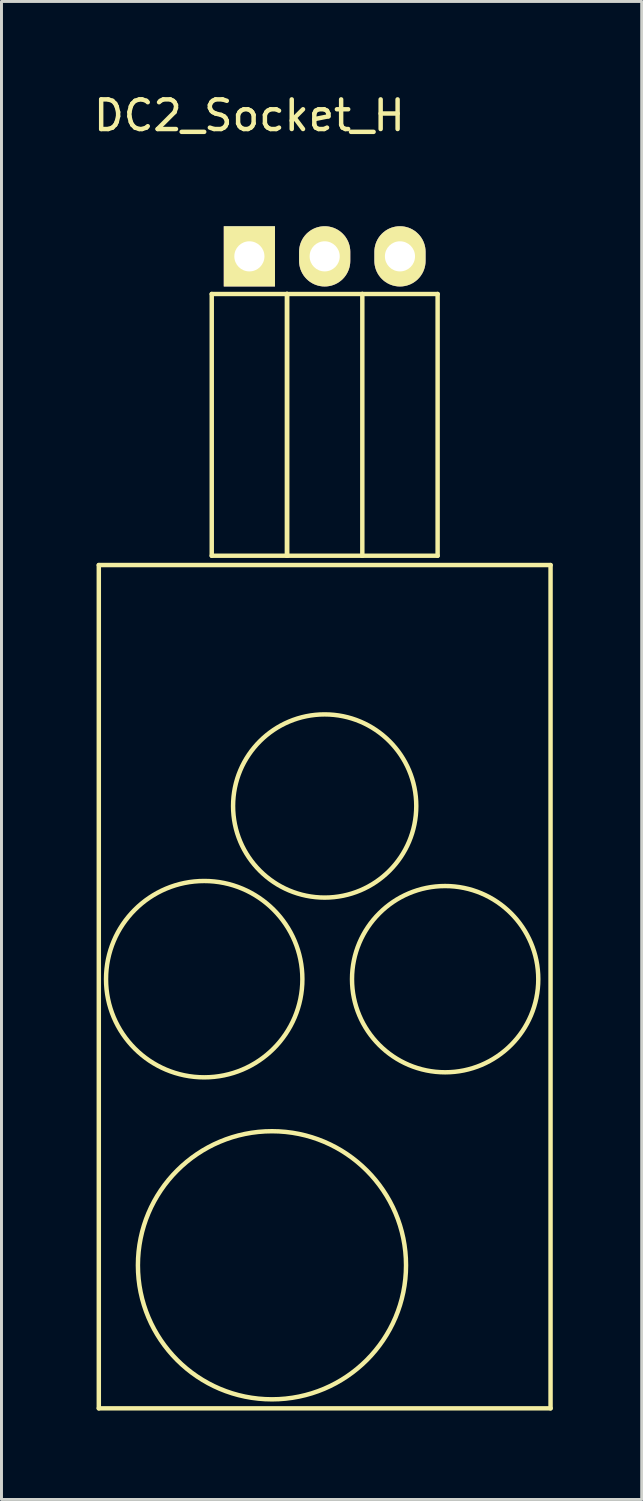
<source format=kicad_pcb>
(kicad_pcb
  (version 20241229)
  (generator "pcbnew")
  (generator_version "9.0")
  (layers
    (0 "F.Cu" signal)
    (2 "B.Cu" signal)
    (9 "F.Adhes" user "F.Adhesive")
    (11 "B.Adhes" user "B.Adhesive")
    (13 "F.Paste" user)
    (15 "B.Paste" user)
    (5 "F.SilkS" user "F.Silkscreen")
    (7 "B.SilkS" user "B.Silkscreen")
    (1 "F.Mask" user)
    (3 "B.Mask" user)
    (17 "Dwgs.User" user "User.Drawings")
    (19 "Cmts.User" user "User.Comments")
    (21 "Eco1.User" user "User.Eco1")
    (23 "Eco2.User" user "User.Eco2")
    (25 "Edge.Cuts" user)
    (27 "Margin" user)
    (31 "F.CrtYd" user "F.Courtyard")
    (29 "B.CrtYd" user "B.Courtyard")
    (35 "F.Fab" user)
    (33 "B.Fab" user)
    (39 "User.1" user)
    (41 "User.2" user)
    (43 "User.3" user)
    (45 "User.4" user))
  (footprint "DC2_Socket_H"
    (layer "F.Cu")
    (at 5.363 5.598)
    (property "Reference" "DC2_Socket_H" (at 0 -4.75 0) (layer "F.SilkS") (effects (font (size 1 1) (thickness 0.15))))
    (attr through_hole)
    (fp_line (start -5.08 10.414) (end 10.16 10.414) (stroke (width 0.15) (type solid)) (layer "F.SilkS"))
    (fp_line (start -5.08 38.862) (end -5.08 10.414) (stroke (width 0.15) (type solid)) (layer "F.SilkS"))
    (fp_line (start -1.27 1.27) (end -1.27 10.1) (stroke (width 0.15) (type solid)) (layer "F.SilkS"))
    (fp_line (start -1.27 1.27) (end 1.27 1.27) (stroke (width 0.15) (type solid)) (layer "F.SilkS"))
    (fp_line (start -1.27 10.1) (end 1.27 10.1) (stroke (width 0.15) (type solid)) (layer "F.SilkS"))
    (fp_line (start 1.27 1.27) (end 1.27 10.1) (stroke (width 0.15) (type solid)) (layer "F.SilkS"))
    (fp_line (start 1.27 1.27) (end 3.81 1.27) (stroke (width 0.15) (type solid)) (layer "F.SilkS"))
    (fp_line (start 1.27 10.1) (end 1.27 1.27) (stroke (width 0.15) (type solid)) (layer "F.SilkS"))
    (fp_line (start 1.27 10.1) (end 3.81 10.1) (stroke (width 0.15) (type solid)) (layer "F.SilkS"))
    (fp_line (start 3.81 1.27) (end 6.35 1.27) (stroke (width 0.15) (type solid)) (layer "F.SilkS"))
    (fp_line (start 3.81 10.1) (end 3.81 1.27) (stroke (width 0.15) (type solid)) (layer "F.SilkS"))
    (fp_line (start 3.81 10.1) (end 6.35 10.1) (stroke (width 0.15) (type solid)) (layer "F.SilkS"))
    (fp_line (start 6.35 10.1) (end 6.35 1.27) (stroke (width 0.15) (type solid)) (layer "F.SilkS"))
    (fp_line (start 10.16 10.414) (end 10.16 38.862) (stroke (width 0.15) (type solid)) (layer "F.SilkS"))
    (fp_line (start 10.16 38.862) (end -5.08 38.862) (stroke (width 0.15) (type solid)) (layer "F.SilkS"))
    (fp_circle (center -1.524 24.384) (end 0.254 21.59) (stroke (width 0.15) (type solid)) (fill no) (layer "F.SilkS"))
    (fp_circle (center 0.762 34.036) (end 3.556 30.48) (stroke (width 0.15) (type solid)) (fill no) (layer "F.SilkS"))
    (fp_circle (center 2.54 18.542) (end 3.048 15.494) (stroke (width 0.15) (type solid)) (fill no) (layer "F.SilkS"))
    (fp_circle (center 6.604 24.384) (end 7.366 21.336) (stroke (width 0.15) (type solid)) (fill no) (layer "F.SilkS"))
    (pad "GND" thru_hole oval (at 2.54 0) (size 1.727 2.032) (drill 1.016) (layers "*.Cu" "*.Mask" "F.SilkS"))
    (pad "VI" thru_hole oval (at 5.08 0) (size 1.727 2.032) (drill 1.016) (layers "*.Cu" "*.Mask" "F.SilkS"))
    (pad "VO" thru_hole rect (at 0 0) (size 1.727 2.032) (drill 1.016) (layers "*.Cu" "*.Mask" "F.SilkS")))
  (gr_rect
    (start -3 -3)
    (end 18.598 47.535)
    (stroke (width 0.1) (type default))
    (fill no)
    (layer "Edge.Cuts")))
</source>
